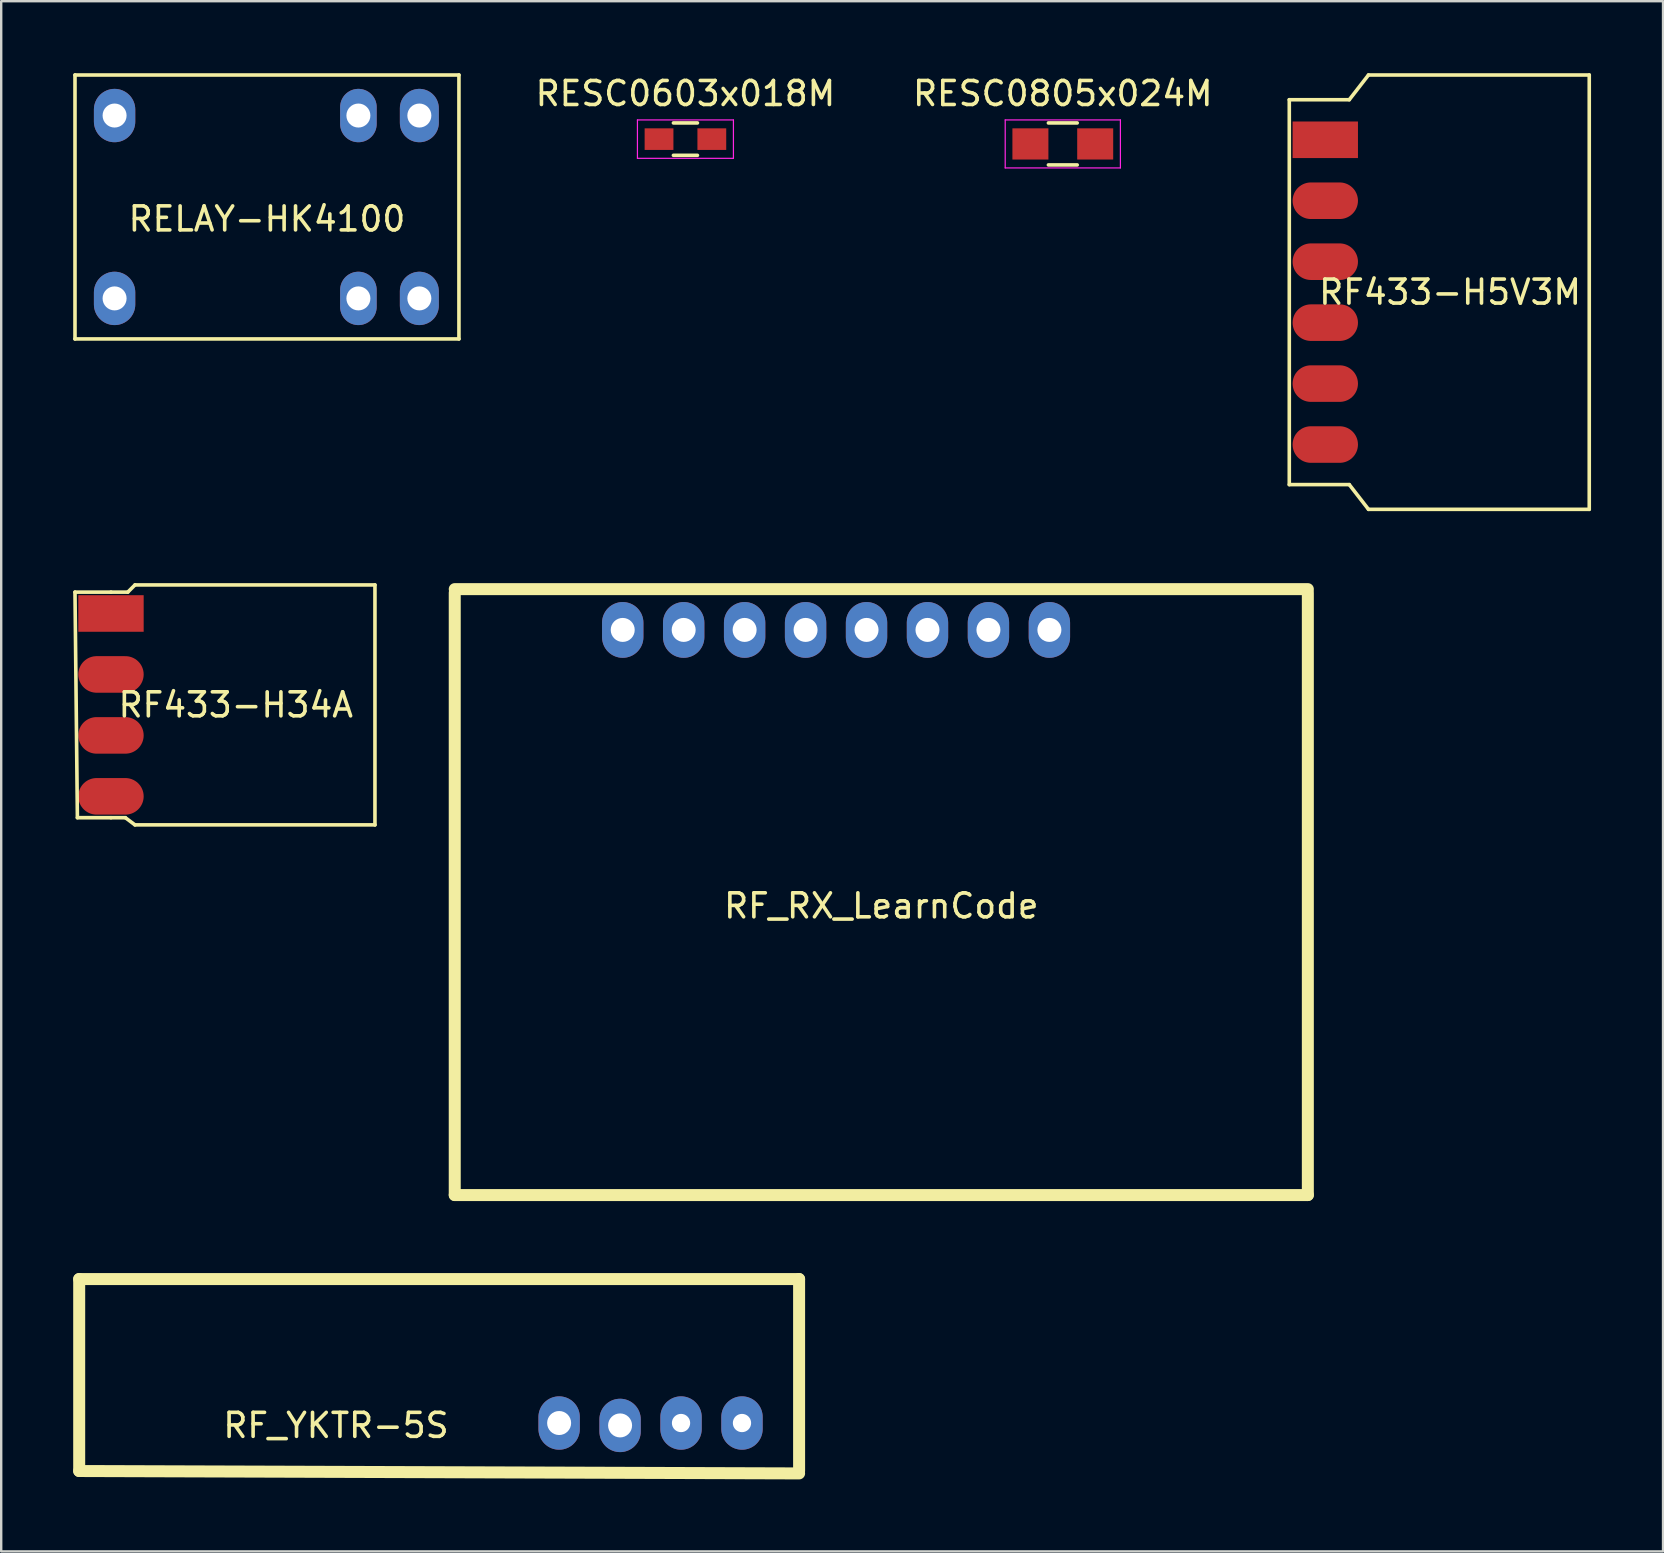
<source format=kicad_pcb>
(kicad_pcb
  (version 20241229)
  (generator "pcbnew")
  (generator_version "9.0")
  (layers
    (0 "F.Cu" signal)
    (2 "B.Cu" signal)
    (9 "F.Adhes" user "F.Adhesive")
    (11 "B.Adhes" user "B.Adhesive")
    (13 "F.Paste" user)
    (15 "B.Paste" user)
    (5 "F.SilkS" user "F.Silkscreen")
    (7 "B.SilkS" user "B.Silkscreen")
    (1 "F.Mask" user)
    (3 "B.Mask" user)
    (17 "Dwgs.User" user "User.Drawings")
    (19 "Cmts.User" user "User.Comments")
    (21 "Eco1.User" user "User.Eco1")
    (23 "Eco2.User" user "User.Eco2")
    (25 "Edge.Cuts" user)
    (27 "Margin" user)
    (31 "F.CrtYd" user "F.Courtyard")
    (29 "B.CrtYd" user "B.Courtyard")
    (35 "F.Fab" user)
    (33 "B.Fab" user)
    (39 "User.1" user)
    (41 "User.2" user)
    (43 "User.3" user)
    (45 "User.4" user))
  (footprint "RF433-H34A"
    (layer "F.Cu")
    (at 1.575 26.325)
    (property "Reference" "RF433-H34A" (at 5.2 0 0) (layer "F.SilkS") (effects (font (size 1 1) (thickness 0.15))))
    (attr through_hole)
    (fp_line (start -1.5 -4.7) (end -1.4 4.7) (stroke (width 0.15) (type solid)) (layer "F.SilkS"))
    (fp_line (start -1.4 4.7) (end 0 4.7) (stroke (width 0.15) (type solid)) (layer "F.SilkS"))
    (fp_line (start 0 -4.7) (end -1.5 -4.7) (stroke (width 0.15) (type solid)) (layer "F.SilkS"))
    (fp_line (start 0 4.7) (end 0.6 4.7) (stroke (width 0.15) (type solid)) (layer "F.SilkS"))
    (fp_line (start 0.6 4.7) (end 1 5) (stroke (width 0.15) (type solid)) (layer "F.SilkS"))
    (fp_line (start 0.7 -4.7) (end 0 -4.7) (stroke (width 0.15) (type solid)) (layer "F.SilkS"))
    (fp_line (start 1 -5) (end 0.7 -4.7) (stroke (width 0.15) (type solid)) (layer "F.SilkS"))
    (fp_line (start 1 -5) (end 11 -5) (stroke (width 0.15) (type solid)) (layer "F.SilkS"))
    (fp_line (start 1 5) (end 11 5) (stroke (width 0.15) (type solid)) (layer "F.SilkS"))
    (fp_line (start 11 -5) (end 11 5) (stroke (width 0.15) (type solid)) (layer "F.SilkS"))
    (pad "1" smd rect (at 0 -3.81) (size 2.724 1.524) (layers "F.Cu" "F.Mask" "F.Paste"))
    (pad "2" smd oval (at 0 -1.27) (size 2.724 1.524) (layers "F.Cu" "F.Mask" "F.Paste"))
    (pad "3" smd oval (at 0 1.27) (size 2.724 1.524) (layers "F.Cu" "F.Mask" "F.Paste"))
    (pad "4" smd oval (at 0 3.81) (size 2.724 1.524) (layers "F.Cu" "F.Mask" "F.Paste")))
  (footprint "RF433-H5V3M"
    (layer "F.Cu")
    (at 52.177 9.125)
    (property "Reference" "RF433-H5V3M" (at 5.2 0 0) (layer "F.SilkS") (effects (font (size 1 1) (thickness 0.15))))
    (attr through_hole)
    (fp_line (start -1.5 -8.02) (end -1.5 8.02) (stroke (width 0.15) (type solid)) (layer "F.SilkS"))
    (fp_line (start -1.5 8.02) (end 1 8.02) (stroke (width 0.15) (type solid)) (layer "F.SilkS"))
    (fp_line (start 1 -8.02) (end -1.5 -8.02) (stroke (width 0.15) (type solid)) (layer "F.SilkS"))
    (fp_line (start 1 8.02) (end 1.8 9.05) (stroke (width 0.15) (type solid)) (layer "F.SilkS"))
    (fp_line (start 1.8 -9.05) (end 1 -8.02) (stroke (width 0.15) (type solid)) (layer "F.SilkS"))
    (fp_line (start 1.8 -9.05) (end 11 -9.05) (stroke (width 0.15) (type solid)) (layer "F.SilkS"))
    (fp_line (start 1.8 9.05) (end 11 9.05) (stroke (width 0.15) (type solid)) (layer "F.SilkS"))
    (fp_line (start 11 -9.05) (end 11 9.05) (stroke (width 0.15) (type solid)) (layer "F.SilkS"))
    (pad "1" smd rect (at 0 -6.35) (size 2.724 1.524) (layers "F.Cu" "F.Mask" "F.Paste"))
    (pad "2" smd oval (at 0 -3.81) (size 2.724 1.524) (layers "F.Cu" "F.Mask" "F.Paste"))
    (pad "3" smd oval (at 0 -1.27) (size 2.724 1.524) (layers "F.Cu" "F.Mask" "F.Paste"))
    (pad "4" smd oval (at 0 1.27) (size 2.724 1.524) (layers "F.Cu" "F.Mask" "F.Paste"))
    (pad "5" smd oval (at 0 3.81) (size 2.724 1.524) (layers "F.Cu" "F.Mask" "F.Paste"))
    (pad "6" smd oval (at 0 6.35) (size 2.724 1.524) (layers "F.Cu" "F.Mask" "F.Paste")))
  (footprint "RELAY-HK4100"
    (layer "F.Cu")
    (at 8.075 5.575)
    (property "Reference" "RELAY-HK4100" (at 0 0.5 0) (layer "F.SilkS") (effects (font (size 1 1) (thickness 0.15))))
    (attr through_hole)
    (fp_line (start -8 -5.5) (end 8 -5.5) (stroke (width 0.15) (type solid)) (layer "F.SilkS"))
    (fp_line (start -8 5.5) (end -8 -5.5) (stroke (width 0.15) (type solid)) (layer "F.SilkS"))
    (fp_line (start 8 -5.5) (end 8 5.5) (stroke (width 0.15) (type solid)) (layer "F.SilkS"))
    (fp_line (start 8 5.5) (end -8 5.5) (stroke (width 0.15) (type solid)) (layer "F.SilkS"))
    (pad "1" thru_hole oval (at 3.81 -3.81) (size 1.524 2.224) (drill 1) (layers "*.Cu" "*.Mask"))
    (pad "2" thru_hole oval (at 3.81 3.81) (size 1.524 2.224) (drill 1) (layers "*.Cu" "*.Mask"))
    (pad "3" thru_hole oval (at -6.35 -3.81) (size 1.724 2.224) (drill 1) (layers "*.Cu" "*.Mask"))
    (pad "3" thru_hole oval (at -6.35 3.81) (size 1.724 2.224) (drill 1) (layers "*.Cu" "*.Mask"))
    (pad "4" thru_hole oval (at 6.35 3.81) (size 1.624 2.222) (drill 1) (layers "*.Cu" "*.Mask"))
    (pad "5" thru_hole oval (at 6.35 -3.81) (size 1.624 2.224) (drill 1) (layers "*.Cu" "*.Mask")))
  (footprint "RF_YKTR-5S"
    (layer "F.Cu")
    (at 20.25 56.25)
    (property "Reference" "RF_YKTR-5S" (at -9.3 0.1 0) (layer "F.SilkS") (effects (font (size 1 1) (thickness 0.15))))
    (attr through_hole)
    (fp_line (start -20 -6) (end -20 2) (stroke (width 0.5) (type solid)) (layer "F.SilkS"))
    (fp_line (start -20 2) (end 10 2.1) (stroke (width 0.5) (type solid)) (layer "F.SilkS"))
    (fp_line (start 10 -6) (end -20 -6) (stroke (width 0.5) (type solid)) (layer "F.SilkS"))
    (fp_line (start 10 2) (end 10 -6) (stroke (width 0.5) (type solid)) (layer "F.SilkS"))
    (pad "1" thru_hole oval (at 0 0) (size 1.724 2.224) (drill 1) (layers "*.Cu" "*.Mask"))
    (pad "2" thru_hole oval (at 2.54 0.1) (size 1.724 2.224) (drill 1) (layers "*.Cu" "*.Mask"))
    (pad "3" thru_hole oval (at 5.08 0) (size 1.724 2.224) (drill 0.762) (layers "*.Cu" "*.Mask"))
    (pad "4" thru_hole oval (at 7.62 0) (size 1.724 2.224) (drill 0.762) (layers "*.Cu" "*.Mask")))
  (footprint "RF_RX_LearnCode"
    (layer "F.Cu")
    (at 33.675 34.2)
    (property "Reference" "RF_RX_LearnCode" (at 0 0.5 0) (layer "F.SilkS") (effects (font (size 1 1) (thickness 0.15))))
    (attr through_hole)
    (fp_line (start -17.775 -12.7) (end 17.775 -12.7) (stroke (width 0.5) (type solid)) (layer "F.SilkS"))
    (fp_line (start -17.775 -12.55) (end -17.775 12.55) (stroke (width 0.5) (type solid)) (layer "F.SilkS"))
    (fp_line (start -17.775 12.55) (end 17.775 12.55) (stroke (width 0.5) (type solid)) (layer "F.SilkS"))
    (fp_line (start 17.775 -12.55) (end 17.775 12.55) (stroke (width 0.5) (type solid)) (layer "F.SilkS"))
    (pad "1" thru_hole oval (at -10.775 -11) (size 1.724 2.324) (drill 1) (layers "*.Cu" "*.Mask"))
    (pad "2" thru_hole oval (at -8.235 -11) (size 1.724 2.324) (drill 1) (layers "*.Cu" "*.Mask"))
    (pad "3" thru_hole oval (at -5.695 -11) (size 1.724 2.324) (drill 1) (layers "*.Cu" "*.Mask"))
    (pad "4" thru_hole oval (at -3.155 -11) (size 1.724 2.324) (drill 1) (layers "*.Cu" "*.Mask"))
    (pad "5" thru_hole oval (at -0.615 -11) (size 1.724 2.324) (drill 1) (layers "*.Cu" "*.Mask"))
    (pad "6" thru_hole oval (at 1.925 -11) (size 1.724 2.324) (drill 1) (layers "*.Cu" "*.Mask"))
    (pad "7" thru_hole oval (at 4.465 -11) (size 1.724 2.324) (drill 1) (layers "*.Cu" "*.Mask"))
    (pad "8" thru_hole oval (at 7.005 -11) (size 1.724 2.324) (drill 1) (layers "*.Cu" "*.Mask")))
  (footprint "RESC0603x018M"
    (layer "F.Cu")
    (at 25.513 2.748)
    (property "Reference" "RESC0603x018M" (at 0 -1.9 0) (layer "F.SilkS") (effects (font (size 1 1) (thickness 0.15))))
    (attr smd)
    (fp_line (start -0.5 -0.675) (end 0.5 -0.675) (stroke (width 0.15) (type solid)) (layer "F.SilkS"))
    (fp_line (start 0.5 0.675) (end -0.5 0.675) (stroke (width 0.15) (type solid)) (layer "F.SilkS"))
    (fp_line (start -2 -0.8) (end -2 0.8) (stroke (width 0.05) (type solid)) (layer "F.CrtYd"))
    (fp_line (start -2 -0.8) (end 2 -0.8) (stroke (width 0.05) (type solid)) (layer "F.CrtYd"))
    (fp_line (start -2 0.8) (end 2 0.8) (stroke (width 0.05) (type solid)) (layer "F.CrtYd"))
    (fp_line (start 2 -0.8) (end 2 0.8) (stroke (width 0.05) (type solid)) (layer "F.CrtYd"))
    (pad "1" smd rect (at -1.1 0) (size 1.2 0.9) (layers "F.Cu" "F.Mask" "F.Paste"))
    (pad "2" smd rect (at 1.1 0) (size 1.2 0.9) (layers "F.Cu" "F.Mask" "F.Paste")))
  (footprint "RESC0805x024M"
    (layer "F.Cu")
    (at 41.239 2.948)
    (property "Reference" "RESC0805x024M" (at 0 -2.1 0) (layer "F.SilkS") (effects (font (size 1 1) (thickness 0.15))))
    (attr smd)
    (fp_line (start -0.6 -0.875) (end 0.6 -0.875) (stroke (width 0.15) (type solid)) (layer "F.SilkS"))
    (fp_line (start 0.6 0.875) (end -0.6 0.875) (stroke (width 0.15) (type solid)) (layer "F.SilkS"))
    (fp_line (start -2.4 -1) (end -2.4 1) (stroke (width 0.05) (type solid)) (layer "F.CrtYd"))
    (fp_line (start -2.4 -1) (end 2.4 -1) (stroke (width 0.05) (type solid)) (layer "F.CrtYd"))
    (fp_line (start -2.4 1) (end 2.4 1) (stroke (width 0.05) (type solid)) (layer "F.CrtYd"))
    (fp_line (start 2.4 -1) (end 2.4 1) (stroke (width 0.05) (type solid)) (layer "F.CrtYd"))
    (pad "1" smd rect (at -1.35 0) (size 1.5 1.3) (layers "F.Cu" "F.Mask" "F.Paste"))
    (pad "2" smd rect (at 1.35 0) (size 1.5 1.3) (layers "F.Cu" "F.Mask" "F.Paste")))
  (gr_rect
    (start -3 -3)
    (end 66.252 61.6)
    (stroke (width 0.1) (type default))
    (fill no)
    (layer "Edge.Cuts")))
</source>
